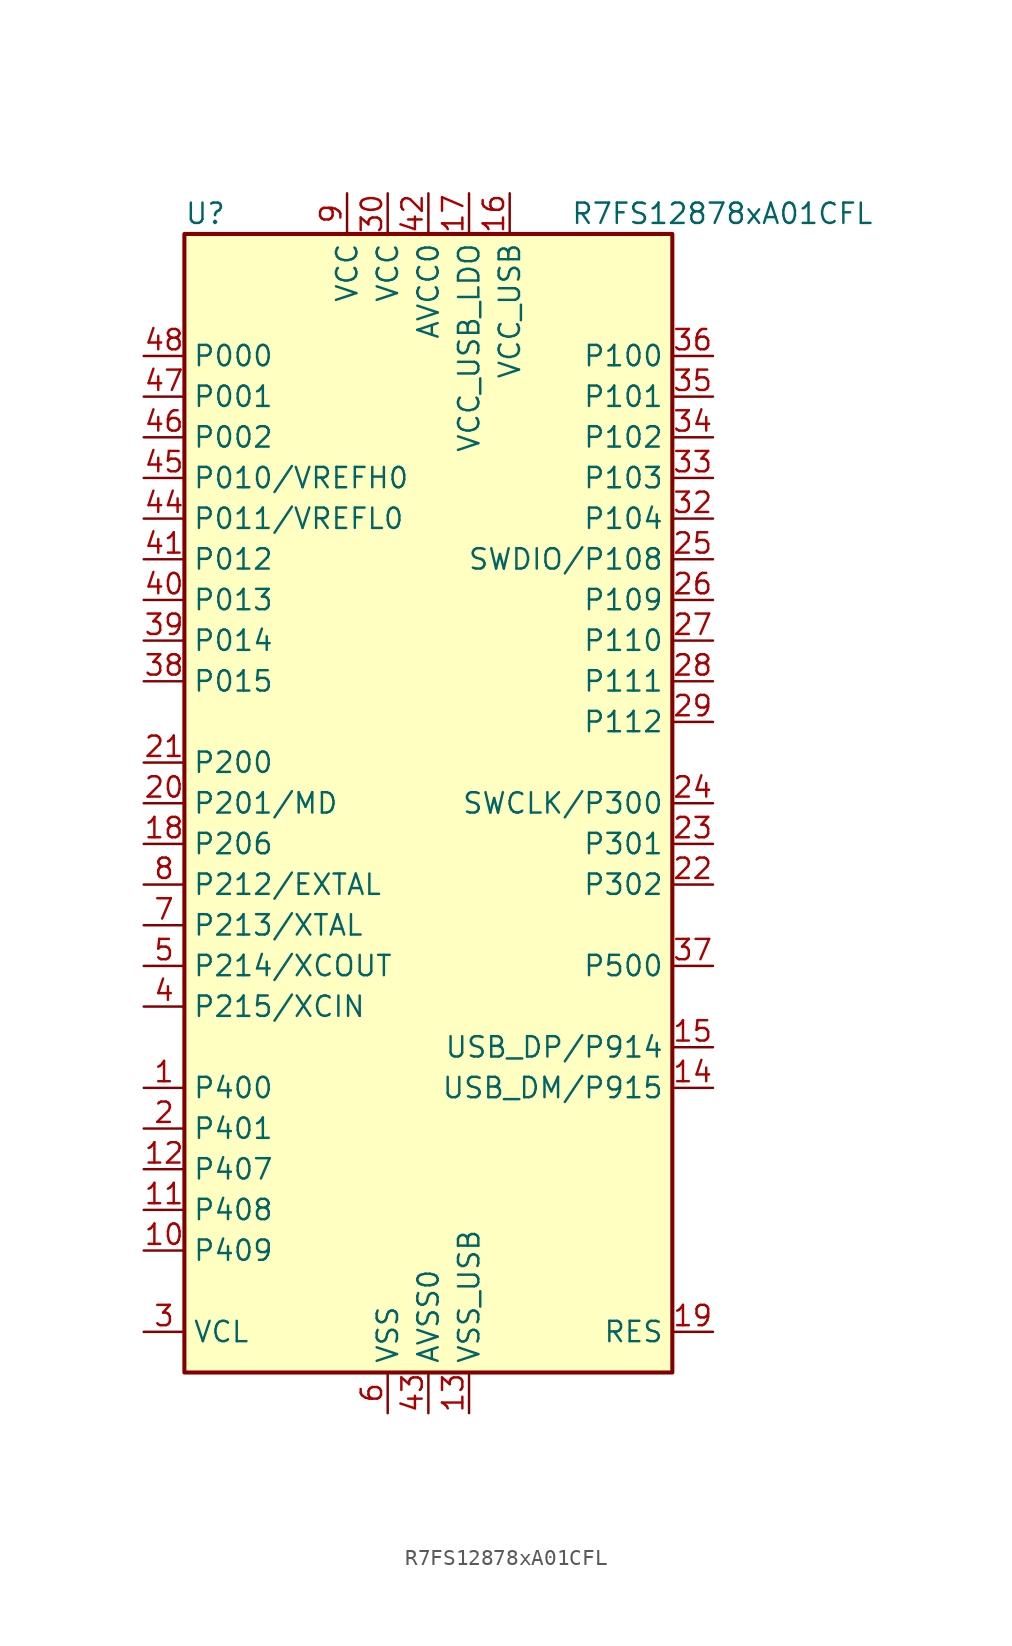
<source format=kicad_sym>
(kicad_symbol_lib
  (version 20201005)
  (generator kicad_symbol_editor)
  (symbol "MCU_Renesas_Synergy_S1:R7FS12878xA01CFL"
    (property "Reference" "U"
      (at -15.24 36.83 0)
      (effects (font (size 1.27 1.27)) (justify left)))
    (property "Value" "R7FS12878xA01CFL"
      (at 8.89 36.83 0)
      (effects (font (size 1.27 1.27)) (justify left)))
    (symbol "R7FS12878xA01CFL_0_1"
      (rectangle (start -15.24 -35.56) (end 15.24 35.56) (stroke (width 0.254)) (fill (type background))))
    (symbol "R7FS12878xA01CFL_1_1"
      (pin bidirectional line (at -17.78 -17.78 0) (length 2.54) (name "P400" (effects (font (size 1.27 1.27)))) (number "1" (effects (font (size 1.27 1.27)))))
      (pin bidirectional line (at -17.78 -27.94 0) (length 2.54) (name "P409" (effects (font (size 1.27 1.27)))) (number "10" (effects (font (size 1.27 1.27)))))
      (pin bidirectional line (at -17.78 -25.4 0) (length 2.54) (name "P408" (effects (font (size 1.27 1.27)))) (number "11" (effects (font (size 1.27 1.27)))))
      (pin bidirectional line (at -17.78 -22.86 0) (length 2.54) (name "P407" (effects (font (size 1.27 1.27)))) (number "12" (effects (font (size 1.27 1.27)))))
      (pin power_in line (at 2.54 -38.1 90) (length 2.54) (name "VSS_USB" (effects (font (size 1.27 1.27)))) (number "13" (effects (font (size 1.27 1.27)))))
      (pin bidirectional line (at 17.78 -17.78 180) (length 2.54) (name "USB_DM/P915" (effects (font (size 1.27 1.27)))) (number "14" (effects (font (size 1.27 1.27)))))
      (pin bidirectional line (at 17.78 -15.24 180) (length 2.54) (name "USB_DP/P914" (effects (font (size 1.27 1.27)))) (number "15" (effects (font (size 1.27 1.27)))))
      (pin power_in line (at 5.08 38.1 270) (length 2.54) (name "VCC_USB" (effects (font (size 1.27 1.27)))) (number "16" (effects (font (size 1.27 1.27)))))
      (pin power_in line (at 2.54 38.1 270) (length 2.54) (name "VCC_USB_LDO" (effects (font (size 1.27 1.27)))) (number "17" (effects (font (size 1.27 1.27)))))
      (pin bidirectional line (at -17.78 -2.54 0) (length 2.54) (name "P206" (effects (font (size 1.27 1.27)))) (number "18" (effects (font (size 1.27 1.27)))))
      (pin input line (at 17.78 -33.02 180) (length 2.54) (name "RES" (effects (font (size 1.27 1.27)))) (number "19" (effects (font (size 1.27 1.27)))))
      (pin bidirectional line (at -17.78 -20.32 0) (length 2.54) (name "P401" (effects (font (size 1.27 1.27)))) (number "2" (effects (font (size 1.27 1.27)))))
      (pin bidirectional line (at -17.78 0 0) (length 2.54) (name "P201/MD" (effects (font (size 1.27 1.27)))) (number "20" (effects (font (size 1.27 1.27)))))
      (pin bidirectional line (at -17.78 2.54 0) (length 2.54) (name "P200" (effects (font (size 1.27 1.27)))) (number "21" (effects (font (size 1.27 1.27)))))
      (pin bidirectional line (at 17.78 -5.08 180) (length 2.54) (name "P302" (effects (font (size 1.27 1.27)))) (number "22" (effects (font (size 1.27 1.27)))))
      (pin bidirectional line (at 17.78 -2.54 180) (length 2.54) (name "P301" (effects (font (size 1.27 1.27)))) (number "23" (effects (font (size 1.27 1.27)))))
      (pin bidirectional line (at 17.78 0 180) (length 2.54) (name "SWCLK/P300" (effects (font (size 1.27 1.27)))) (number "24" (effects (font (size 1.27 1.27)))))
      (pin bidirectional line (at 17.78 15.24 180) (length 2.54) (name "SWDIO/P108" (effects (font (size 1.27 1.27)))) (number "25" (effects (font (size 1.27 1.27)))))
      (pin bidirectional line (at 17.78 12.7 180) (length 2.54) (name "P109" (effects (font (size 1.27 1.27)))) (number "26" (effects (font (size 1.27 1.27)))))
      (pin bidirectional line (at 17.78 10.16 180) (length 2.54) (name "P110" (effects (font (size 1.27 1.27)))) (number "27" (effects (font (size 1.27 1.27)))))
      (pin bidirectional line (at 17.78 7.62 180) (length 2.54) (name "P111" (effects (font (size 1.27 1.27)))) (number "28" (effects (font (size 1.27 1.27)))))
      (pin bidirectional line (at 17.78 5.08 180) (length 2.54) (name "P112" (effects (font (size 1.27 1.27)))) (number "29" (effects (font (size 1.27 1.27)))))
      (pin passive line (at -17.78 -33.02 0) (length 2.54) (name "VCL" (effects (font (size 1.27 1.27)))) (number "3" (effects (font (size 1.27 1.27)))))
      (pin power_in line (at -2.54 38.1 270) (length 2.54) (name "VCC" (effects (font (size 1.27 1.27)))) (number "30" (effects (font (size 1.27 1.27)))))
      (pin passive line (at -2.54 -38.1 90) (length 2.54) hide (name "VSS" (effects (font (size 1.27 1.27)))) (number "31" (effects (font (size 1.27 1.27)))))
      (pin bidirectional line (at 17.78 17.78 180) (length 2.54) (name "P104" (effects (font (size 1.27 1.27)))) (number "32" (effects (font (size 1.27 1.27)))))
      (pin bidirectional line (at 17.78 20.32 180) (length 2.54) (name "P103" (effects (font (size 1.27 1.27)))) (number "33" (effects (font (size 1.27 1.27)))))
      (pin bidirectional line (at 17.78 22.86 180) (length 2.54) (name "P102" (effects (font (size 1.27 1.27)))) (number "34" (effects (font (size 1.27 1.27)))))
      (pin bidirectional line (at 17.78 25.4 180) (length 2.54) (name "P101" (effects (font (size 1.27 1.27)))) (number "35" (effects (font (size 1.27 1.27)))))
      (pin bidirectional line (at 17.78 27.94 180) (length 2.54) (name "P100" (effects (font (size 1.27 1.27)))) (number "36" (effects (font (size 1.27 1.27)))))
      (pin bidirectional line (at 17.78 -10.16 180) (length 2.54) (name "P500" (effects (font (size 1.27 1.27)))) (number "37" (effects (font (size 1.27 1.27)))))
      (pin bidirectional line (at -17.78 7.62 0) (length 2.54) (name "P015" (effects (font (size 1.27 1.27)))) (number "38" (effects (font (size 1.27 1.27)))))
      (pin bidirectional line (at -17.78 10.16 0) (length 2.54) (name "P014" (effects (font (size 1.27 1.27)))) (number "39" (effects (font (size 1.27 1.27)))))
      (pin bidirectional line (at -17.78 -12.7 0) (length 2.54) (name "P215/XCIN" (effects (font (size 1.27 1.27)))) (number "4" (effects (font (size 1.27 1.27)))))
      (pin bidirectional line (at -17.78 12.7 0) (length 2.54) (name "P013" (effects (font (size 1.27 1.27)))) (number "40" (effects (font (size 1.27 1.27)))))
      (pin bidirectional line (at -17.78 15.24 0) (length 2.54) (name "P012" (effects (font (size 1.27 1.27)))) (number "41" (effects (font (size 1.27 1.27)))))
      (pin power_in line (at 0 38.1 270) (length 2.54) (name "AVCC0" (effects (font (size 1.27 1.27)))) (number "42" (effects (font (size 1.27 1.27)))))
      (pin power_in line (at 0 -38.1 90) (length 2.54) (name "AVSS0" (effects (font (size 1.27 1.27)))) (number "43" (effects (font (size 1.27 1.27)))))
      (pin bidirectional line (at -17.78 17.78 0) (length 2.54) (name "P011/VREFL0" (effects (font (size 1.27 1.27)))) (number "44" (effects (font (size 1.27 1.27)))))
      (pin bidirectional line (at -17.78 20.32 0) (length 2.54) (name "P010/VREFH0" (effects (font (size 1.27 1.27)))) (number "45" (effects (font (size 1.27 1.27)))))
      (pin bidirectional line (at -17.78 22.86 0) (length 2.54) (name "P002" (effects (font (size 1.27 1.27)))) (number "46" (effects (font (size 1.27 1.27)))))
      (pin bidirectional line (at -17.78 25.4 0) (length 2.54) (name "P001" (effects (font (size 1.27 1.27)))) (number "47" (effects (font (size 1.27 1.27)))))
      (pin bidirectional line (at -17.78 27.94 0) (length 2.54) (name "P000" (effects (font (size 1.27 1.27)))) (number "48" (effects (font (size 1.27 1.27)))))
      (pin bidirectional line (at -17.78 -10.16 0) (length 2.54) (name "P214/XCOUT" (effects (font (size 1.27 1.27)))) (number "5" (effects (font (size 1.27 1.27)))))
      (pin power_in line (at -2.54 -38.1 90) (length 2.54) (name "VSS" (effects (font (size 1.27 1.27)))) (number "6" (effects (font (size 1.27 1.27)))))
      (pin bidirectional line (at -17.78 -7.62 0) (length 2.54) (name "P213/XTAL" (effects (font (size 1.27 1.27)))) (number "7" (effects (font (size 1.27 1.27)))))
      (pin bidirectional line (at -17.78 -5.08 0) (length 2.54) (name "P212/EXTAL" (effects (font (size 1.27 1.27)))) (number "8" (effects (font (size 1.27 1.27)))))
      (pin power_in line (at -5.08 38.1 270) (length 2.54) (name "VCC" (effects (font (size 1.27 1.27)))) (number "9" (effects (font (size 1.27 1.27))))))))
</source>
